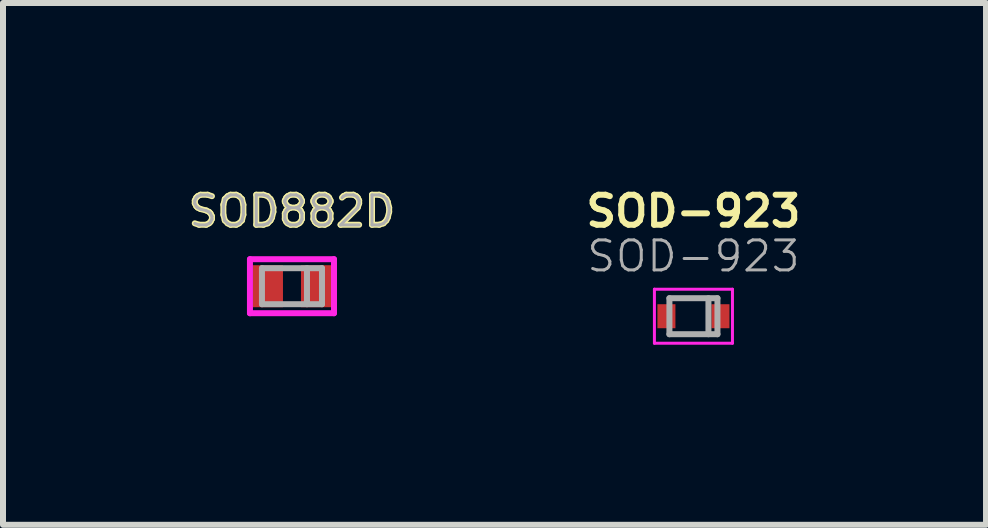
<source format=kicad_pcb>
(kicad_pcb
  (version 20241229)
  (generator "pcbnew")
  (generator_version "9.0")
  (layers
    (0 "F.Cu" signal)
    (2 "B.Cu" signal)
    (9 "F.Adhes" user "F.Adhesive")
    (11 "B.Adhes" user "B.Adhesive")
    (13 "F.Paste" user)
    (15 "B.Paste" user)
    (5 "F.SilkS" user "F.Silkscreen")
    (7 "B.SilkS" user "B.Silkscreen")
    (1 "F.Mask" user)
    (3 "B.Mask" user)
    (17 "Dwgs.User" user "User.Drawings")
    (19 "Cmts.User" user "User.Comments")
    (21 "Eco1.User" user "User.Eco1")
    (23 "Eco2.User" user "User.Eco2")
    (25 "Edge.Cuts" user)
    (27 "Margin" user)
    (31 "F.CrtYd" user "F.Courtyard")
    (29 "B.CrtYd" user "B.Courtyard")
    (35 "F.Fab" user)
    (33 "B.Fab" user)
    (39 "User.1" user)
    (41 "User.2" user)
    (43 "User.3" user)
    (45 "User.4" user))
  (footprint "SOD882D"
    (layer "F.Cu")
    (at 1.814 1.718)
    (property "Reference" "SOD882D" (at 0 -1.25 0) (layer "F.SilkS") (effects (font (size 0.5 0.5) (thickness 0.1))))
    (attr smd)
    (fp_line (start -0.7 -0.45) (end 0.7 -0.45) (stroke (width 0.1) (type solid)) (layer "F.CrtYd"))
    (fp_line (start -0.7 0.45) (end -0.7 -0.45) (stroke (width 0.1) (type solid)) (layer "F.CrtYd"))
    (fp_line (start 0.7 -0.45) (end 0.7 0.45) (stroke (width 0.1) (type solid)) (layer "F.CrtYd"))
    (fp_line (start 0.7 0.45) (end -0.7 0.45) (stroke (width 0.1) (type solid)) (layer "F.CrtYd"))
    (fp_line (start -0.5 -0.3) (end 0.5 -0.3) (stroke (width 0.1) (type solid)) (layer "F.Fab"))
    (fp_line (start -0.5 0.3) (end -0.5 -0.3) (stroke (width 0.1) (type solid)) (layer "F.Fab"))
    (fp_line (start 0.25 -0.3) (end 0.25 0.3) (stroke (width 0.1) (type solid)) (layer "F.Fab"))
    (fp_line (start 0.5 -0.3) (end 0.5 0.3) (stroke (width 0.1) (type solid)) (layer "F.Fab"))
    (fp_line (start 0.5 0.3) (end -0.5 0.3) (stroke (width 0.1) (type solid)) (layer "F.Fab"))
    (fp_text user "${REFERENCE}" (at 0 -1.25 0) (layer "F.Fab") (effects (font (size 0.5 0.5) (thickness 0.05))))
    (pad "A" smd rect (at -0.4 0) (size 0.5 0.7) (layers "F.Cu" "F.Mask" "F.Paste"))
    (pad "C" smd rect (at 0.4 0) (size 0.5 0.7) (layers "F.Cu" "F.Mask" "F.Paste")))
  (footprint "SOD-923"
    (layer "F.Cu")
    (at 8.502 2.218)
    (property "Reference" "SOD-923" (at 0 -1.75 0) (layer "F.SilkS") (effects (font (size 0.5 0.5) (thickness 0.1))))
    (attr through_hole)
    (fp_line (start -0.65 -0.45) (end 0.65 -0.45) (stroke (width 0.05) (type solid)) (layer "F.CrtYd"))
    (fp_line (start -0.65 0.45) (end -0.65 -0.45) (stroke (width 0.05) (type solid)) (layer "F.CrtYd"))
    (fp_line (start 0.65 -0.45) (end 0.65 0.45) (stroke (width 0.05) (type solid)) (layer "F.CrtYd"))
    (fp_line (start 0.65 0.45) (end -0.65 0.45) (stroke (width 0.05) (type solid)) (layer "F.CrtYd"))
    (fp_line (start -0.4 -0.3) (end -0.4 0.3) (stroke (width 0.1) (type solid)) (layer "F.Fab"))
    (fp_line (start -0.4 0.3) (end 0.4 0.3) (stroke (width 0.1) (type solid)) (layer "F.Fab"))
    (fp_line (start 0.25 -0.3) (end 0.25 0.3) (stroke (width 0.1) (type solid)) (layer "F.Fab"))
    (fp_line (start 0.4 -0.3) (end -0.4 -0.3) (stroke (width 0.1) (type solid)) (layer "F.Fab"))
    (fp_line (start 0.4 0.3) (end 0.4 -0.3) (stroke (width 0.1) (type solid)) (layer "F.Fab"))
    (fp_text user "${REFERENCE}" (at 0 -1 0) (layer "F.Fab") (effects (font (size 0.5 0.5) (thickness 0.05))))
    (pad "A" smd rect (at -0.45 0) (size 0.3 0.4) (layers "F.Cu" "F.Mask" "F.Paste"))
    (pad "C" smd rect (at 0.45 0) (size 0.3 0.4) (layers "F.Cu" "F.Mask" "F.Paste")))
  (gr_rect
    (start -3 -3)
    (end 13.376 5.693)
    (stroke (width 0.1) (type default))
    (fill no)
    (layer "Edge.Cuts")))
</source>
